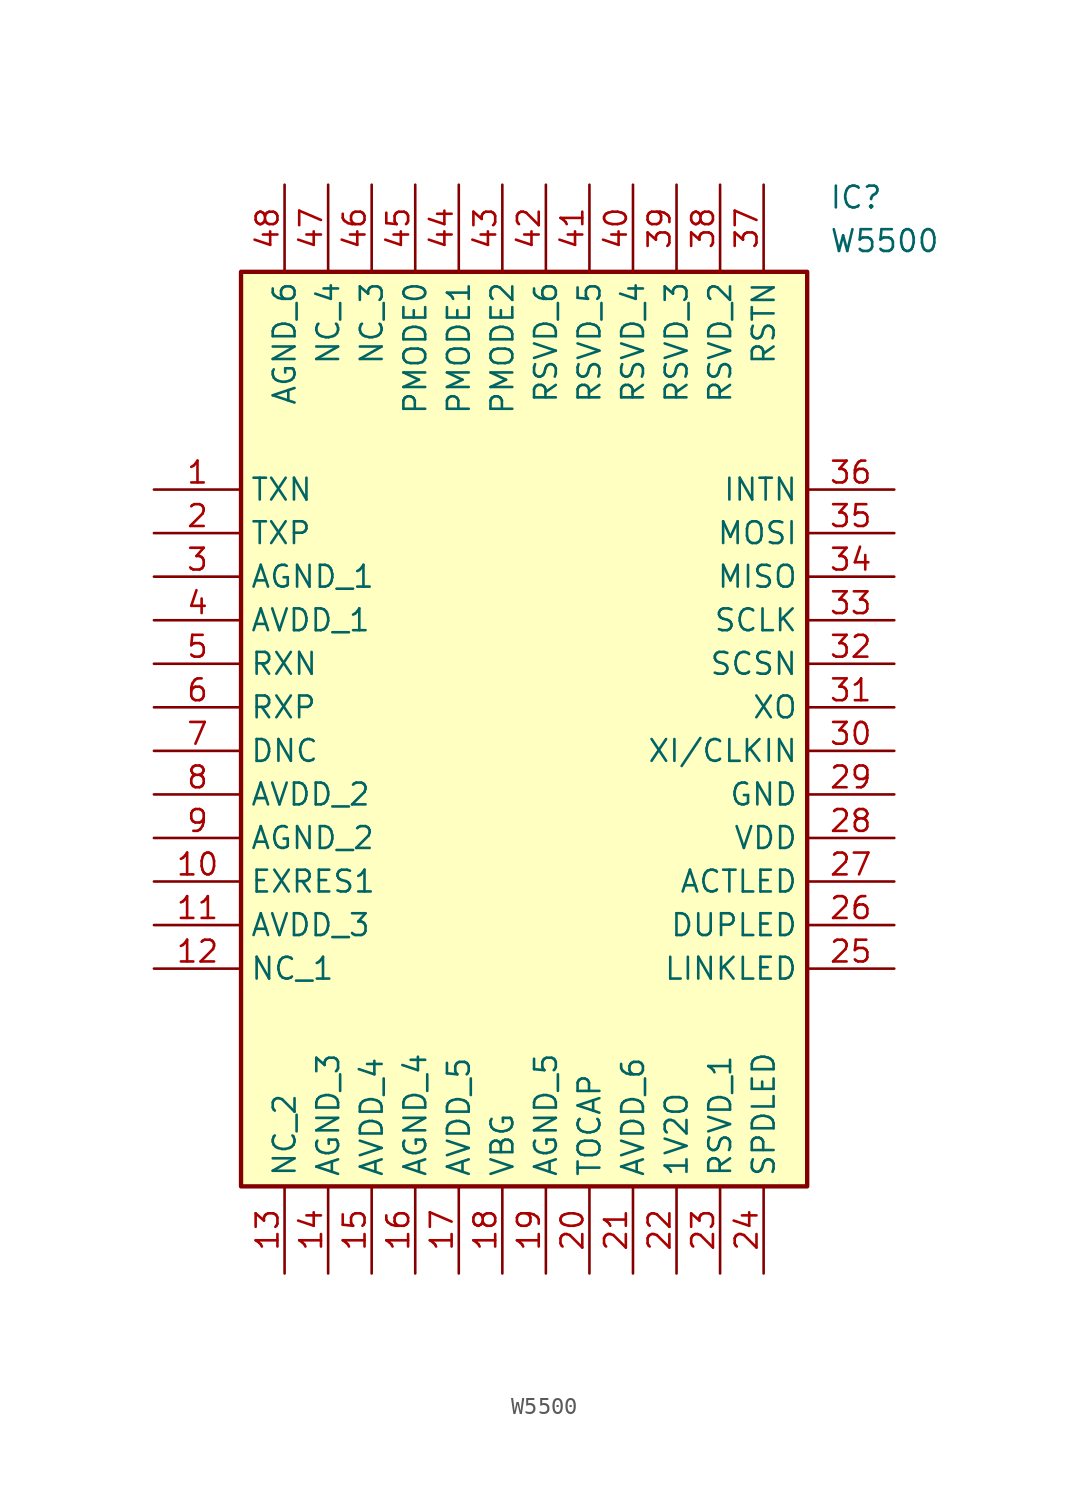
<source format=kicad_sym>
(kicad_symbol_lib
  (version 20211014)
  (generator SamacSys_ECAD_Model)
  (symbol "W5500"
    (property "Reference" "IC"
      (at 39.37 17.78 0)
      (effects (font (size 1.27 1.27)) (justify left top)))
    (property "Value" "W5500"
      (at 39.37 15.24 0)
      (effects (font (size 1.27 1.27)) (justify left top)))
    (rectangle
      (start 5.08 12.7)
      (end 38.1 -40.64)
      (stroke (width 0.254) (type default))
      (fill (type background)))
    (pin passive line
      (at 0 0 0)
      (length 5.08)
      (name "TXN" (effects (font (size 1.27 1.27))))
      (number "1" (effects (font (size 1.27 1.27)))))
    (pin passive line
      (at 0 -2.54 0)
      (length 5.08)
      (name "TXP" (effects (font (size 1.27 1.27))))
      (number "2" (effects (font (size 1.27 1.27)))))
    (pin passive line
      (at 0 -5.08 0)
      (length 5.08)
      (name "AGND_1" (effects (font (size 1.27 1.27))))
      (number "3" (effects (font (size 1.27 1.27)))))
    (pin passive line
      (at 0 -7.62 0)
      (length 5.08)
      (name "AVDD_1" (effects (font (size 1.27 1.27))))
      (number "4" (effects (font (size 1.27 1.27)))))
    (pin passive line
      (at 0 -10.16 0)
      (length 5.08)
      (name "RXN" (effects (font (size 1.27 1.27))))
      (number "5" (effects (font (size 1.27 1.27)))))
    (pin passive line
      (at 0 -12.7 0)
      (length 5.08)
      (name "RXP" (effects (font (size 1.27 1.27))))
      (number "6" (effects (font (size 1.27 1.27)))))
    (pin passive line
      (at 0 -15.24 0)
      (length 5.08)
      (name "DNC" (effects (font (size 1.27 1.27))))
      (number "7" (effects (font (size 1.27 1.27)))))
    (pin passive line
      (at 0 -17.78 0)
      (length 5.08)
      (name "AVDD_2" (effects (font (size 1.27 1.27))))
      (number "8" (effects (font (size 1.27 1.27)))))
    (pin passive line
      (at 0 -20.32 0)
      (length 5.08)
      (name "AGND_2" (effects (font (size 1.27 1.27))))
      (number "9" (effects (font (size 1.27 1.27)))))
    (pin passive line
      (at 0 -22.86 0)
      (length 5.08)
      (name "EXRES1" (effects (font (size 1.27 1.27))))
      (number "10" (effects (font (size 1.27 1.27)))))
    (pin passive line
      (at 0 -25.4 0)
      (length 5.08)
      (name "AVDD_3" (effects (font (size 1.27 1.27))))
      (number "11" (effects (font (size 1.27 1.27)))))
    (pin passive line
      (at 0 -27.94 0)
      (length 5.08)
      (name "NC_1" (effects (font (size 1.27 1.27))))
      (number "12" (effects (font (size 1.27 1.27)))))
    (pin passive line
      (at 7.62 -45.72 90)
      (length 5.08)
      (name "NC_2" (effects (font (size 1.27 1.27))))
      (number "13" (effects (font (size 1.27 1.27)))))
    (pin passive line
      (at 10.16 -45.72 90)
      (length 5.08)
      (name "AGND_3" (effects (font (size 1.27 1.27))))
      (number "14" (effects (font (size 1.27 1.27)))))
    (pin passive line
      (at 12.7 -45.72 90)
      (length 5.08)
      (name "AVDD_4" (effects (font (size 1.27 1.27))))
      (number "15" (effects (font (size 1.27 1.27)))))
    (pin passive line
      (at 15.24 -45.72 90)
      (length 5.08)
      (name "AGND_4" (effects (font (size 1.27 1.27))))
      (number "16" (effects (font (size 1.27 1.27)))))
    (pin passive line
      (at 17.78 -45.72 90)
      (length 5.08)
      (name "AVDD_5" (effects (font (size 1.27 1.27))))
      (number "17" (effects (font (size 1.27 1.27)))))
    (pin passive line
      (at 20.32 -45.72 90)
      (length 5.08)
      (name "VBG" (effects (font (size 1.27 1.27))))
      (number "18" (effects (font (size 1.27 1.27)))))
    (pin passive line
      (at 22.86 -45.72 90)
      (length 5.08)
      (name "AGND_5" (effects (font (size 1.27 1.27))))
      (number "19" (effects (font (size 1.27 1.27)))))
    (pin passive line
      (at 25.4 -45.72 90)
      (length 5.08)
      (name "TOCAP" (effects (font (size 1.27 1.27))))
      (number "20" (effects (font (size 1.27 1.27)))))
    (pin passive line
      (at 27.94 -45.72 90)
      (length 5.08)
      (name "AVDD_6" (effects (font (size 1.27 1.27))))
      (number "21" (effects (font (size 1.27 1.27)))))
    (pin passive line
      (at 30.48 -45.72 90)
      (length 5.08)
      (name "1V2O" (effects (font (size 1.27 1.27))))
      (number "22" (effects (font (size 1.27 1.27)))))
    (pin passive line
      (at 33.02 -45.72 90)
      (length 5.08)
      (name "RSVD_1" (effects (font (size 1.27 1.27))))
      (number "23" (effects (font (size 1.27 1.27)))))
    (pin passive line
      (at 35.56 -45.72 90)
      (length 5.08)
      (name "SPDLED" (effects (font (size 1.27 1.27))))
      (number "24" (effects (font (size 1.27 1.27)))))
    (pin passive line
      (at 43.18 0 180)
      (length 5.08)
      (name "INTN" (effects (font (size 1.27 1.27))))
      (number "36" (effects (font (size 1.27 1.27)))))
    (pin passive line
      (at 43.18 -2.54 180)
      (length 5.08)
      (name "MOSI" (effects (font (size 1.27 1.27))))
      (number "35" (effects (font (size 1.27 1.27)))))
    (pin passive line
      (at 43.18 -5.08 180)
      (length 5.08)
      (name "MISO" (effects (font (size 1.27 1.27))))
      (number "34" (effects (font (size 1.27 1.27)))))
    (pin passive line
      (at 43.18 -7.62 180)
      (length 5.08)
      (name "SCLK" (effects (font (size 1.27 1.27))))
      (number "33" (effects (font (size 1.27 1.27)))))
    (pin passive line
      (at 43.18 -10.16 180)
      (length 5.08)
      (name "SCSN" (effects (font (size 1.27 1.27))))
      (number "32" (effects (font (size 1.27 1.27)))))
    (pin passive line
      (at 43.18 -12.7 180)
      (length 5.08)
      (name "XO" (effects (font (size 1.27 1.27))))
      (number "31" (effects (font (size 1.27 1.27)))))
    (pin passive line
      (at 43.18 -15.24 180)
      (length 5.08)
      (name "XI/CLKIN" (effects (font (size 1.27 1.27))))
      (number "30" (effects (font (size 1.27 1.27)))))
    (pin passive line
      (at 43.18 -17.78 180)
      (length 5.08)
      (name "GND" (effects (font (size 1.27 1.27))))
      (number "29" (effects (font (size 1.27 1.27)))))
    (pin passive line
      (at 43.18 -20.32 180)
      (length 5.08)
      (name "VDD" (effects (font (size 1.27 1.27))))
      (number "28" (effects (font (size 1.27 1.27)))))
    (pin passive line
      (at 43.18 -22.86 180)
      (length 5.08)
      (name "ACTLED" (effects (font (size 1.27 1.27))))
      (number "27" (effects (font (size 1.27 1.27)))))
    (pin passive line
      (at 43.18 -25.4 180)
      (length 5.08)
      (name "DUPLED" (effects (font (size 1.27 1.27))))
      (number "26" (effects (font (size 1.27 1.27)))))
    (pin passive line
      (at 43.18 -27.94 180)
      (length 5.08)
      (name "LINKLED" (effects (font (size 1.27 1.27))))
      (number "25" (effects (font (size 1.27 1.27)))))
    (pin passive line
      (at 7.62 17.78 270)
      (length 5.08)
      (name "AGND_6" (effects (font (size 1.27 1.27))))
      (number "48" (effects (font (size 1.27 1.27)))))
    (pin passive line
      (at 10.16 17.78 270)
      (length 5.08)
      (name "NC_4" (effects (font (size 1.27 1.27))))
      (number "47" (effects (font (size 1.27 1.27)))))
    (pin passive line
      (at 12.7 17.78 270)
      (length 5.08)
      (name "NC_3" (effects (font (size 1.27 1.27))))
      (number "46" (effects (font (size 1.27 1.27)))))
    (pin passive line
      (at 15.24 17.78 270)
      (length 5.08)
      (name "PMODE0" (effects (font (size 1.27 1.27))))
      (number "45" (effects (font (size 1.27 1.27)))))
    (pin passive line
      (at 17.78 17.78 270)
      (length 5.08)
      (name "PMODE1" (effects (font (size 1.27 1.27))))
      (number "44" (effects (font (size 1.27 1.27)))))
    (pin passive line
      (at 20.32 17.78 270)
      (length 5.08)
      (name "PMODE2" (effects (font (size 1.27 1.27))))
      (number "43" (effects (font (size 1.27 1.27)))))
    (pin passive line
      (at 22.86 17.78 270)
      (length 5.08)
      (name "RSVD_6" (effects (font (size 1.27 1.27))))
      (number "42" (effects (font (size 1.27 1.27)))))
    (pin passive line
      (at 25.4 17.78 270)
      (length 5.08)
      (name "RSVD_5" (effects (font (size 1.27 1.27))))
      (number "41" (effects (font (size 1.27 1.27)))))
    (pin passive line
      (at 27.94 17.78 270)
      (length 5.08)
      (name "RSVD_4" (effects (font (size 1.27 1.27))))
      (number "40" (effects (font (size 1.27 1.27)))))
    (pin passive line
      (at 30.48 17.78 270)
      (length 5.08)
      (name "RSVD_3" (effects (font (size 1.27 1.27))))
      (number "39" (effects (font (size 1.27 1.27)))))
    (pin passive line
      (at 33.02 17.78 270)
      (length 5.08)
      (name "RSVD_2" (effects (font (size 1.27 1.27))))
      (number "38" (effects (font (size 1.27 1.27)))))
    (pin passive line
      (at 35.56 17.78 270)
      (length 5.08)
      (name "RSTN" (effects (font (size 1.27 1.27))))
      (number "37" (effects (font (size 1.27 1.27)))))))
</source>
